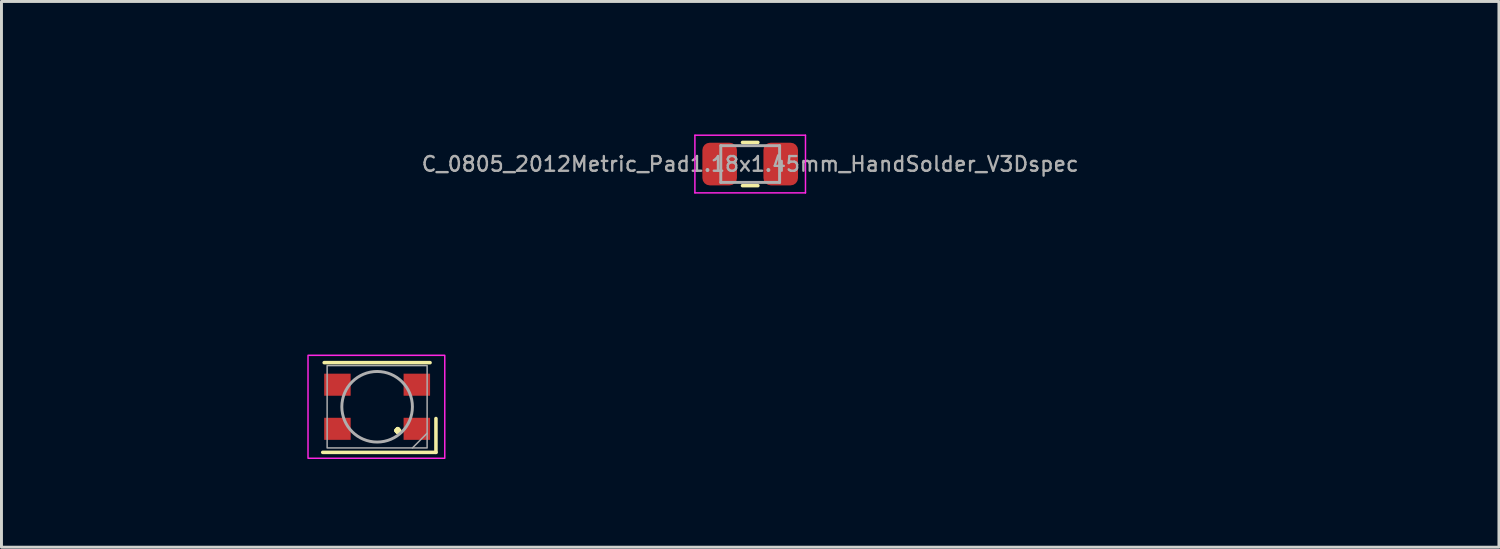
<source format=kicad_pcb>
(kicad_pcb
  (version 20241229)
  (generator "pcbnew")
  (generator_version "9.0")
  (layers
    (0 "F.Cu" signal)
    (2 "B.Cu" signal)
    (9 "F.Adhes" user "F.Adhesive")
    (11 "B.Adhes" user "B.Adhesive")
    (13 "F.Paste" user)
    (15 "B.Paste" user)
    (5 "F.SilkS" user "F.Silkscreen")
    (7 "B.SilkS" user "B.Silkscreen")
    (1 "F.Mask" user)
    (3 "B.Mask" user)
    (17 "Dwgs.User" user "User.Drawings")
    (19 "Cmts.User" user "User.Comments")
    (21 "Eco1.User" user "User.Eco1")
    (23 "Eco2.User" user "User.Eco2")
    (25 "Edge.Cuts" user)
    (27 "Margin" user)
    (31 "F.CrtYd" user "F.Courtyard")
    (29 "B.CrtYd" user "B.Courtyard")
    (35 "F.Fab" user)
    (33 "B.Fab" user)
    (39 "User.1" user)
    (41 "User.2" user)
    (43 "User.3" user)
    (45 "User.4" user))
  (footprint "XL-3528RGBW-WS2812B"
    (layer "F.Cu")
    (at 9.773 10.781)
    (property "Reference" "XL-3528RGBW-WS2812B" (at -0.1 -3.4 0) (unlocked yes) (layer "User.2") (effects (font (size 1 1) (thickness 0.15))))
    (attr smd)
    (fp_line (start -1.85 1.55) (end 2 1.55) (stroke (width 0.12) (type solid)) (layer "F.SilkS"))
    (fp_line (start -1.8 -1.5) (end 1.8 -1.5) (stroke (width 0.12) (type solid)) (layer "F.SilkS"))
    (fp_line (start 2 1.55) (end 2 0.4) (stroke (width 0.12) (type solid)) (layer "F.SilkS"))
    (fp_rect (start -2.35 -1.75) (end 2.3 1.75) (stroke (width 0.05) (type solid)) (fill no) (layer "F.CrtYd"))
    (fp_line (start 1.2 1.4) (end 1.7 0.9) (stroke (width 0.05) (type solid)) (layer "F.Fab"))
    (fp_rect (start -1.7 -1.4) (end 1.7 1.4) (stroke (width 0.05) (type solid)) (fill no) (layer "F.Fab"))
    (fp_circle (center 0 0) (end 0 -1.2) (stroke (width 0.1) (type solid)) (fill no) (layer "F.Fab"))
    (fp_text user "." (at 0.7 0.4 0) (unlocked yes) (layer "F.SilkS") (effects (font (size 1 1) (thickness 0.15))))
    (fp_text user "${REFERENCE}" (at 0.15 0 0) (unlocked yes) (layer "User.1") (effects (font (size 1 1) (thickness 0.15))))
    (pad "1" smd rect (at 1.35 0.75) (size 0.9 0.75) (layers "F.Cu" "F.Mask" "F.Paste"))
    (pad "2" smd rect (at 1.35 -0.75) (size 0.9 0.75) (layers "F.Cu" "F.Mask" "F.Paste"))
    (pad "3" smd rect (at -1.35 -0.75) (size 0.9 0.75) (layers "F.Cu" "F.Mask" "F.Paste"))
    (pad "4" smd rect (at -1.35 0.75) (size 0.9 0.75) (layers "F.Cu" "F.Mask" "F.Paste")))
  (footprint "C_0805_2012Metric_Pad1.18x1.45mm_HandSolder_V3Dspec"
    (layer "F.Cu")
    (at 22.458 2.528)
    (property "Reference" "C_0805_2012Metric_Pad1.18x1.45mm_HandSolder_V3Dspec" (at 0 -1.68 0) (layer "User.2") (effects (font (size 1 1) (thickness 0.15))))
    (attr smd)
    (fp_line (start -0.261 -0.735) (end 0.261 -0.735) (stroke (width 0.12) (type solid)) (layer "F.SilkS"))
    (fp_line (start -0.261 0.735) (end 0.261 0.735) (stroke (width 0.12) (type solid)) (layer "F.SilkS"))
    (fp_line (start -1.88 -0.98) (end 1.88 -0.98) (stroke (width 0.05) (type solid)) (layer "F.CrtYd"))
    (fp_line (start -1.88 0.98) (end -1.88 -0.98) (stroke (width 0.05) (type solid)) (layer "F.CrtYd"))
    (fp_line (start 1.88 -0.98) (end 1.88 0.98) (stroke (width 0.05) (type solid)) (layer "F.CrtYd"))
    (fp_line (start 1.88 0.98) (end -1.88 0.98) (stroke (width 0.05) (type solid)) (layer "F.CrtYd"))
    (fp_line (start -1 -0.625) (end 1 -0.625) (stroke (width 0.1) (type solid)) (layer "F.Fab"))
    (fp_line (start -1 0.625) (end -1 -0.625) (stroke (width 0.1) (type solid)) (layer "F.Fab"))
    (fp_line (start 1 -0.625) (end 1 0.625) (stroke (width 0.1) (type solid)) (layer "F.Fab"))
    (fp_line (start 1 0.625) (end -1 0.625) (stroke (width 0.1) (type solid)) (layer "F.Fab"))
    (fp_text user "${REFERENCE}" (at 0 0 0) (layer "F.Fab") (effects (font (size 0.5 0.5) (thickness 0.08))))
    (pad "1" smd roundrect (at -1.038 0) (size 1.175 1.45) (layers "F.Cu" "F.Mask" "F.Paste") (roundrect_rratio 0.213))
    (pad "2" smd roundrect (at 1.038 0) (size 1.175 1.45) (layers "F.Cu" "F.Mask" "F.Paste") (roundrect_rratio 0.213)))
  (gr_rect
    (start -3 -3)
    (end 47.917 15.556)
    (stroke (width 0.1) (type default))
    (fill no)
    (layer "Edge.Cuts")))
</source>
